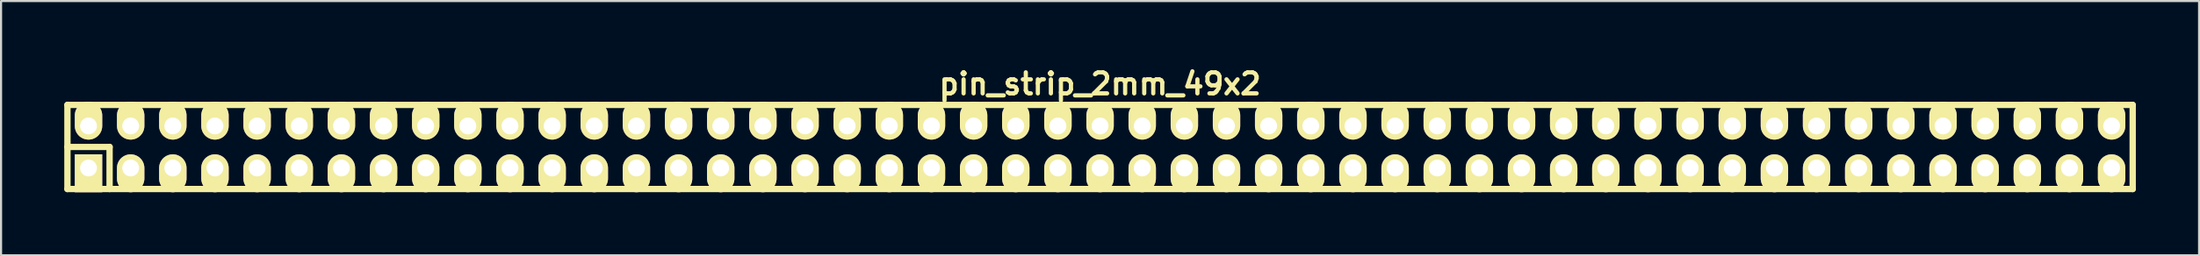
<source format=kicad_pcb>
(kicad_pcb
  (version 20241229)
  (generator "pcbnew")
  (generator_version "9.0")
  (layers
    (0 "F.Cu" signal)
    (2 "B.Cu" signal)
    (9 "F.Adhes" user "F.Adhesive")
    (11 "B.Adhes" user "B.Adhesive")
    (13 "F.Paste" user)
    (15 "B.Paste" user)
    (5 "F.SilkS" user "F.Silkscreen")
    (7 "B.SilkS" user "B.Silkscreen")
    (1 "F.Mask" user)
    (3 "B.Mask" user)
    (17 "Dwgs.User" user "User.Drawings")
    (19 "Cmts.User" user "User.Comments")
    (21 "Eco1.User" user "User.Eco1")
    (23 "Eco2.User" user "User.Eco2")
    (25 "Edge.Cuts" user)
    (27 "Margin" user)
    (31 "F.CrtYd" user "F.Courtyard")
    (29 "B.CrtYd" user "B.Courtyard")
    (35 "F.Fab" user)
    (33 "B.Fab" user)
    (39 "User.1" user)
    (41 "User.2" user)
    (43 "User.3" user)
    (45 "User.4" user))
  (footprint "pin_strip_2mm_49x2"
    (layer "F.Cu")
    (at 49.15 3.936)
    (property "Reference" "pin_strip_2mm_49x2" (at 0 -3 0) (layer "F.SilkS") (effects (font (size 1 1) (thickness 0.2))))
    (attr through_hole)
    (fp_line (start -49 -2) (end 49 -2) (stroke (width 0.3) (type solid)) (layer "F.SilkS"))
    (fp_line (start -49 0) (end -47 0) (stroke (width 0.3) (type solid)) (layer "F.SilkS"))
    (fp_line (start -49 2) (end -49 -2) (stroke (width 0.3) (type solid)) (layer "F.SilkS"))
    (fp_line (start -47 0) (end -47 2) (stroke (width 0.3) (type solid)) (layer "F.SilkS"))
    (fp_line (start 49 -2) (end 49 2) (stroke (width 0.3) (type solid)) (layer "F.SilkS"))
    (fp_line (start 49 2) (end -49 2) (stroke (width 0.3) (type solid)) (layer "F.SilkS"))
    (pad "1" thru_hole rect (at -48 1) (size 1.3 1.8) (drill 0.8 (offset 0 0.25)) (layers "*.Cu" "*.Mask" "F.SilkS"))
    (pad "2" thru_hole oval (at -48 -1) (size 1.3 1.8) (drill 0.8 (offset 0 -0.25)) (layers "*.Cu" "*.Mask" "F.SilkS"))
    (pad "3" thru_hole oval (at -46 1) (size 1.3 1.8) (drill 0.8 (offset 0 0.25)) (layers "*.Cu" "*.Mask" "F.SilkS"))
    (pad "4" thru_hole oval (at -46 -1) (size 1.3 1.8) (drill 0.8 (offset 0 -0.25)) (layers "*.Cu" "*.Mask" "F.SilkS"))
    (pad "5" thru_hole oval (at -44 1) (size 1.3 1.8) (drill 0.8 (offset 0 0.25)) (layers "*.Cu" "*.Mask" "F.SilkS"))
    (pad "6" thru_hole oval (at -44 -1) (size 1.3 1.8) (drill 0.8 (offset 0 -0.25)) (layers "*.Cu" "*.Mask" "F.SilkS"))
    (pad "7" thru_hole oval (at -42 1) (size 1.3 1.8) (drill 0.8 (offset 0 0.25)) (layers "*.Cu" "*.Mask" "F.SilkS"))
    (pad "8" thru_hole oval (at -42 -1) (size 1.3 1.8) (drill 0.8 (offset 0 -0.25)) (layers "*.Cu" "*.Mask" "F.SilkS"))
    (pad "9" thru_hole oval (at -40 1) (size 1.3 1.8) (drill 0.8 (offset 0 0.25)) (layers "*.Cu" "*.Mask" "F.SilkS"))
    (pad "10" thru_hole oval (at -40 -1) (size 1.3 1.8) (drill 0.8 (offset 0 -0.25)) (layers "*.Cu" "*.Mask" "F.SilkS"))
    (pad "11" thru_hole oval (at -38 1) (size 1.3 1.8) (drill 0.8 (offset 0 0.25)) (layers "*.Cu" "*.Mask" "F.SilkS"))
    (pad "12" thru_hole oval (at -38 -1) (size 1.3 1.8) (drill 0.8 (offset 0 -0.25)) (layers "*.Cu" "*.Mask" "F.SilkS"))
    (pad "13" thru_hole oval (at -36 1) (size 1.3 1.8) (drill 0.8 (offset 0 0.25)) (layers "*.Cu" "*.Mask" "F.SilkS"))
    (pad "14" thru_hole oval (at -36 -1) (size 1.3 1.8) (drill 0.8 (offset 0 -0.25)) (layers "*.Cu" "*.Mask" "F.SilkS"))
    (pad "15" thru_hole oval (at -34 1) (size 1.3 1.8) (drill 0.8 (offset 0 0.25)) (layers "*.Cu" "*.Mask" "F.SilkS"))
    (pad "16" thru_hole oval (at -34 -1) (size 1.3 1.8) (drill 0.8 (offset 0 -0.25)) (layers "*.Cu" "*.Mask" "F.SilkS"))
    (pad "17" thru_hole oval (at -32 1) (size 1.3 1.8) (drill 0.8 (offset 0 0.25)) (layers "*.Cu" "*.Mask" "F.SilkS"))
    (pad "18" thru_hole oval (at -32 -1) (size 1.3 1.8) (drill 0.8 (offset 0 -0.25)) (layers "*.Cu" "*.Mask" "F.SilkS"))
    (pad "19" thru_hole oval (at -30 1) (size 1.3 1.8) (drill 0.8 (offset 0 0.25)) (layers "*.Cu" "*.Mask" "F.SilkS"))
    (pad "20" thru_hole oval (at -30 -1) (size 1.3 1.8) (drill 0.8 (offset 0 -0.25)) (layers "*.Cu" "*.Mask" "F.SilkS"))
    (pad "21" thru_hole oval (at -28 1) (size 1.3 1.8) (drill 0.8 (offset 0 0.25)) (layers "*.Cu" "*.Mask" "F.SilkS"))
    (pad "22" thru_hole oval (at -28 -1) (size 1.3 1.8) (drill 0.8 (offset 0 -0.25)) (layers "*.Cu" "*.Mask" "F.SilkS"))
    (pad "23" thru_hole oval (at -26 1) (size 1.3 1.8) (drill 0.8 (offset 0 0.25)) (layers "*.Cu" "*.Mask" "F.SilkS"))
    (pad "24" thru_hole oval (at -26 -1) (size 1.3 1.8) (drill 0.8 (offset 0 -0.25)) (layers "*.Cu" "*.Mask" "F.SilkS"))
    (pad "25" thru_hole oval (at -24 1) (size 1.3 1.8) (drill 0.8 (offset 0 0.25)) (layers "*.Cu" "*.Mask" "F.SilkS"))
    (pad "26" thru_hole oval (at -24 -1) (size 1.3 1.8) (drill 0.8 (offset 0 -0.25)) (layers "*.Cu" "*.Mask" "F.SilkS"))
    (pad "27" thru_hole oval (at -22 1) (size 1.3 1.8) (drill 0.8 (offset 0 0.25)) (layers "*.Cu" "*.Mask" "F.SilkS"))
    (pad "28" thru_hole oval (at -22 -1) (size 1.3 1.8) (drill 0.8 (offset 0 -0.25)) (layers "*.Cu" "*.Mask" "F.SilkS"))
    (pad "29" thru_hole oval (at -20 1) (size 1.3 1.8) (drill 0.8 (offset 0 0.25)) (layers "*.Cu" "*.Mask" "F.SilkS"))
    (pad "30" thru_hole oval (at -20 -1) (size 1.3 1.8) (drill 0.8 (offset 0 -0.25)) (layers "*.Cu" "*.Mask" "F.SilkS"))
    (pad "31" thru_hole oval (at -18 1) (size 1.3 1.8) (drill 0.8 (offset 0 0.25)) (layers "*.Cu" "*.Mask" "F.SilkS"))
    (pad "32" thru_hole oval (at -18 -1) (size 1.3 1.8) (drill 0.8 (offset 0 -0.25)) (layers "*.Cu" "*.Mask" "F.SilkS"))
    (pad "33" thru_hole oval (at -16 1) (size 1.3 1.8) (drill 0.8 (offset 0 0.25)) (layers "*.Cu" "*.Mask" "F.SilkS"))
    (pad "34" thru_hole oval (at -16 -1) (size 1.3 1.8) (drill 0.8 (offset 0 -0.25)) (layers "*.Cu" "*.Mask" "F.SilkS"))
    (pad "35" thru_hole oval (at -14 1) (size 1.3 1.8) (drill 0.8 (offset 0 0.25)) (layers "*.Cu" "*.Mask" "F.SilkS"))
    (pad "36" thru_hole oval (at -14 -1) (size 1.3 1.8) (drill 0.8 (offset 0 -0.25)) (layers "*.Cu" "*.Mask" "F.SilkS"))
    (pad "37" thru_hole oval (at -12 1) (size 1.3 1.8) (drill 0.8 (offset 0 0.25)) (layers "*.Cu" "*.Mask" "F.SilkS"))
    (pad "38" thru_hole oval (at -12 -1) (size 1.3 1.8) (drill 0.8 (offset 0 -0.25)) (layers "*.Cu" "*.Mask" "F.SilkS"))
    (pad "39" thru_hole oval (at -10 1) (size 1.3 1.8) (drill 0.8 (offset 0 0.25)) (layers "*.Cu" "*.Mask" "F.SilkS"))
    (pad "40" thru_hole oval (at -10 -1) (size 1.3 1.8) (drill 0.8 (offset 0 -0.25)) (layers "*.Cu" "*.Mask" "F.SilkS"))
    (pad "41" thru_hole oval (at -8 1) (size 1.3 1.8) (drill 0.8 (offset 0 0.25)) (layers "*.Cu" "*.Mask" "F.SilkS"))
    (pad "42" thru_hole oval (at -8 -1) (size 1.3 1.8) (drill 0.8 (offset 0 -0.25)) (layers "*.Cu" "*.Mask" "F.SilkS"))
    (pad "43" thru_hole oval (at -6 1) (size 1.3 1.8) (drill 0.8 (offset 0 0.25)) (layers "*.Cu" "*.Mask" "F.SilkS"))
    (pad "44" thru_hole oval (at -6 -1) (size 1.3 1.8) (drill 0.8 (offset 0 -0.25)) (layers "*.Cu" "*.Mask" "F.SilkS"))
    (pad "45" thru_hole oval (at -4 1) (size 1.3 1.8) (drill 0.8 (offset 0 0.25)) (layers "*.Cu" "*.Mask" "F.SilkS"))
    (pad "46" thru_hole oval (at -4 -1) (size 1.3 1.8) (drill 0.8 (offset 0 -0.25)) (layers "*.Cu" "*.Mask" "F.SilkS"))
    (pad "47" thru_hole oval (at -2 1) (size 1.3 1.8) (drill 0.8 (offset 0 0.25)) (layers "*.Cu" "*.Mask" "F.SilkS"))
    (pad "48" thru_hole oval (at -2 -1) (size 1.3 1.8) (drill 0.8 (offset 0 -0.25)) (layers "*.Cu" "*.Mask" "F.SilkS"))
    (pad "49" thru_hole oval (at 0 1) (size 1.3 1.8) (drill 0.8 (offset 0 0.25)) (layers "*.Cu" "*.Mask" "F.SilkS"))
    (pad "50" thru_hole oval (at 0 -1) (size 1.3 1.8) (drill 0.8 (offset 0 -0.25)) (layers "*.Cu" "*.Mask" "F.SilkS"))
    (pad "51" thru_hole oval (at 2 1) (size 1.3 1.8) (drill 0.8 (offset 0 0.25)) (layers "*.Cu" "*.Mask" "F.SilkS"))
    (pad "52" thru_hole oval (at 2 -1) (size 1.3 1.8) (drill 0.8 (offset 0 -0.25)) (layers "*.Cu" "*.Mask" "F.SilkS"))
    (pad "53" thru_hole oval (at 4 1) (size 1.3 1.8) (drill 0.8 (offset 0 0.25)) (layers "*.Cu" "*.Mask" "F.SilkS"))
    (pad "54" thru_hole oval (at 4 -1) (size 1.3 1.8) (drill 0.8 (offset 0 -0.25)) (layers "*.Cu" "*.Mask" "F.SilkS"))
    (pad "55" thru_hole oval (at 6 1) (size 1.3 1.8) (drill 0.8 (offset 0 0.25)) (layers "*.Cu" "*.Mask" "F.SilkS"))
    (pad "56" thru_hole oval (at 6 -1) (size 1.3 1.8) (drill 0.8 (offset 0 -0.25)) (layers "*.Cu" "*.Mask" "F.SilkS"))
    (pad "57" thru_hole oval (at 8 1) (size 1.3 1.8) (drill 0.8 (offset 0 0.25)) (layers "*.Cu" "*.Mask" "F.SilkS"))
    (pad "58" thru_hole oval (at 8 -1) (size 1.3 1.8) (drill 0.8 (offset 0 -0.25)) (layers "*.Cu" "*.Mask" "F.SilkS"))
    (pad "59" thru_hole oval (at 10 1) (size 1.3 1.8) (drill 0.8 (offset 0 0.25)) (layers "*.Cu" "*.Mask" "F.SilkS"))
    (pad "60" thru_hole oval (at 10 -1) (size 1.3 1.8) (drill 0.8 (offset 0 -0.25)) (layers "*.Cu" "*.Mask" "F.SilkS"))
    (pad "61" thru_hole oval (at 12 1) (size 1.3 1.8) (drill 0.8 (offset 0 0.25)) (layers "*.Cu" "*.Mask" "F.SilkS"))
    (pad "62" thru_hole oval (at 12 -1) (size 1.3 1.8) (drill 0.8 (offset 0 -0.25)) (layers "*.Cu" "*.Mask" "F.SilkS"))
    (pad "63" thru_hole oval (at 14 1) (size 1.3 1.8) (drill 0.8 (offset 0 0.25)) (layers "*.Cu" "*.Mask" "F.SilkS"))
    (pad "64" thru_hole oval (at 14 -1) (size 1.3 1.8) (drill 0.8 (offset 0 -0.25)) (layers "*.Cu" "*.Mask" "F.SilkS"))
    (pad "65" thru_hole oval (at 16 1) (size 1.3 1.8) (drill 0.8 (offset 0 0.25)) (layers "*.Cu" "*.Mask" "F.SilkS"))
    (pad "66" thru_hole oval (at 16 -1) (size 1.3 1.8) (drill 0.8 (offset 0 -0.25)) (layers "*.Cu" "*.Mask" "F.SilkS"))
    (pad "67" thru_hole oval (at 18 1) (size 1.3 1.8) (drill 0.8 (offset 0 0.25)) (layers "*.Cu" "*.Mask" "F.SilkS"))
    (pad "68" thru_hole oval (at 18 -1) (size 1.3 1.8) (drill 0.8 (offset 0 -0.25)) (layers "*.Cu" "*.Mask" "F.SilkS"))
    (pad "69" thru_hole oval (at 20 1) (size 1.3 1.8) (drill 0.8 (offset 0 0.25)) (layers "*.Cu" "*.Mask" "F.SilkS"))
    (pad "70" thru_hole oval (at 20 -1) (size 1.3 1.8) (drill 0.8 (offset 0 -0.25)) (layers "*.Cu" "*.Mask" "F.SilkS"))
    (pad "71" thru_hole oval (at 22 1) (size 1.3 1.8) (drill 0.8 (offset 0 0.25)) (layers "*.Cu" "*.Mask" "F.SilkS"))
    (pad "72" thru_hole oval (at 22 -1) (size 1.3 1.8) (drill 0.8 (offset 0 -0.25)) (layers "*.Cu" "*.Mask" "F.SilkS"))
    (pad "73" thru_hole oval (at 24 1) (size 1.3 1.8) (drill 0.8 (offset 0 0.25)) (layers "*.Cu" "*.Mask" "F.SilkS"))
    (pad "74" thru_hole oval (at 24 -1) (size 1.3 1.8) (drill 0.8 (offset 0 -0.25)) (layers "*.Cu" "*.Mask" "F.SilkS"))
    (pad "75" thru_hole oval (at 26 1) (size 1.3 1.8) (drill 0.8 (offset 0 0.25)) (layers "*.Cu" "*.Mask" "F.SilkS"))
    (pad "76" thru_hole oval (at 26 -1) (size 1.3 1.8) (drill 0.8 (offset 0 -0.25)) (layers "*.Cu" "*.Mask" "F.SilkS"))
    (pad "77" thru_hole oval (at 28 1) (size 1.3 1.8) (drill 0.8 (offset 0 0.25)) (layers "*.Cu" "*.Mask" "F.SilkS"))
    (pad "78" thru_hole oval (at 28 -1) (size 1.3 1.8) (drill 0.8 (offset 0 -0.25)) (layers "*.Cu" "*.Mask" "F.SilkS"))
    (pad "79" thru_hole oval (at 30 1) (size 1.3 1.8) (drill 0.8 (offset 0 0.25)) (layers "*.Cu" "*.Mask" "F.SilkS"))
    (pad "80" thru_hole oval (at 30 -1) (size 1.3 1.8) (drill 0.8 (offset 0 -0.25)) (layers "*.Cu" "*.Mask" "F.SilkS"))
    (pad "81" thru_hole oval (at 32 1) (size 1.3 1.8) (drill 0.8 (offset 0 0.25)) (layers "*.Cu" "*.Mask" "F.SilkS"))
    (pad "82" thru_hole oval (at 32 -1) (size 1.3 1.8) (drill 0.8 (offset 0 -0.25)) (layers "*.Cu" "*.Mask" "F.SilkS"))
    (pad "83" thru_hole oval (at 34 1) (size 1.3 1.8) (drill 0.8 (offset 0 0.25)) (layers "*.Cu" "*.Mask" "F.SilkS"))
    (pad "84" thru_hole oval (at 34 -1) (size 1.3 1.8) (drill 0.8 (offset 0 -0.25)) (layers "*.Cu" "*.Mask" "F.SilkS"))
    (pad "85" thru_hole oval (at 36 1) (size 1.3 1.8) (drill 0.8 (offset 0 0.25)) (layers "*.Cu" "*.Mask" "F.SilkS"))
    (pad "86" thru_hole oval (at 36 -1) (size 1.3 1.8) (drill 0.8 (offset 0 -0.25)) (layers "*.Cu" "*.Mask" "F.SilkS"))
    (pad "87" thru_hole oval (at 38 1) (size 1.3 1.8) (drill 0.8 (offset 0 0.25)) (layers "*.Cu" "*.Mask" "F.SilkS"))
    (pad "88" thru_hole oval (at 38 -1) (size 1.3 1.8) (drill 0.8 (offset 0 -0.25)) (layers "*.Cu" "*.Mask" "F.SilkS"))
    (pad "89" thru_hole oval (at 40 1) (size 1.3 1.8) (drill 0.8 (offset 0 0.25)) (layers "*.Cu" "*.Mask" "F.SilkS"))
    (pad "90" thru_hole oval (at 40 -1) (size 1.3 1.8) (drill 0.8 (offset 0 -0.25)) (layers "*.Cu" "*.Mask" "F.SilkS"))
    (pad "91" thru_hole oval (at 42 1) (size 1.3 1.8) (drill 0.8 (offset 0 0.25)) (layers "*.Cu" "*.Mask" "F.SilkS"))
    (pad "92" thru_hole oval (at 42 -1) (size 1.3 1.8) (drill 0.8 (offset 0 -0.25)) (layers "*.Cu" "*.Mask" "F.SilkS"))
    (pad "93" thru_hole oval (at 44 1) (size 1.3 1.8) (drill 0.8 (offset 0 0.25)) (layers "*.Cu" "*.Mask" "F.SilkS"))
    (pad "94" thru_hole oval (at 44 -1) (size 1.3 1.8) (drill 0.8 (offset 0 -0.25)) (layers "*.Cu" "*.Mask" "F.SilkS"))
    (pad "95" thru_hole oval (at 46 1) (size 1.3 1.8) (drill 0.8 (offset 0 0.25)) (layers "*.Cu" "*.Mask" "F.SilkS"))
    (pad "96" thru_hole oval (at 46 -1) (size 1.3 1.8) (drill 0.8 (offset 0 -0.25)) (layers "*.Cu" "*.Mask" "F.SilkS"))
    (pad "97" thru_hole oval (at 48 1) (size 1.3 1.8) (drill 0.8 (offset 0 0.25)) (layers "*.Cu" "*.Mask" "F.SilkS"))
    (pad "98" thru_hole oval (at 48 -1) (size 1.3 1.8) (drill 0.8 (offset 0 -0.25)) (layers "*.Cu" "*.Mask" "F.SilkS")))
  (gr_rect
    (start -3 -3)
    (end 101.3 9.086)
    (stroke (width 0.1) (type default))
    (fill no)
    (layer "Edge.Cuts")))
</source>
